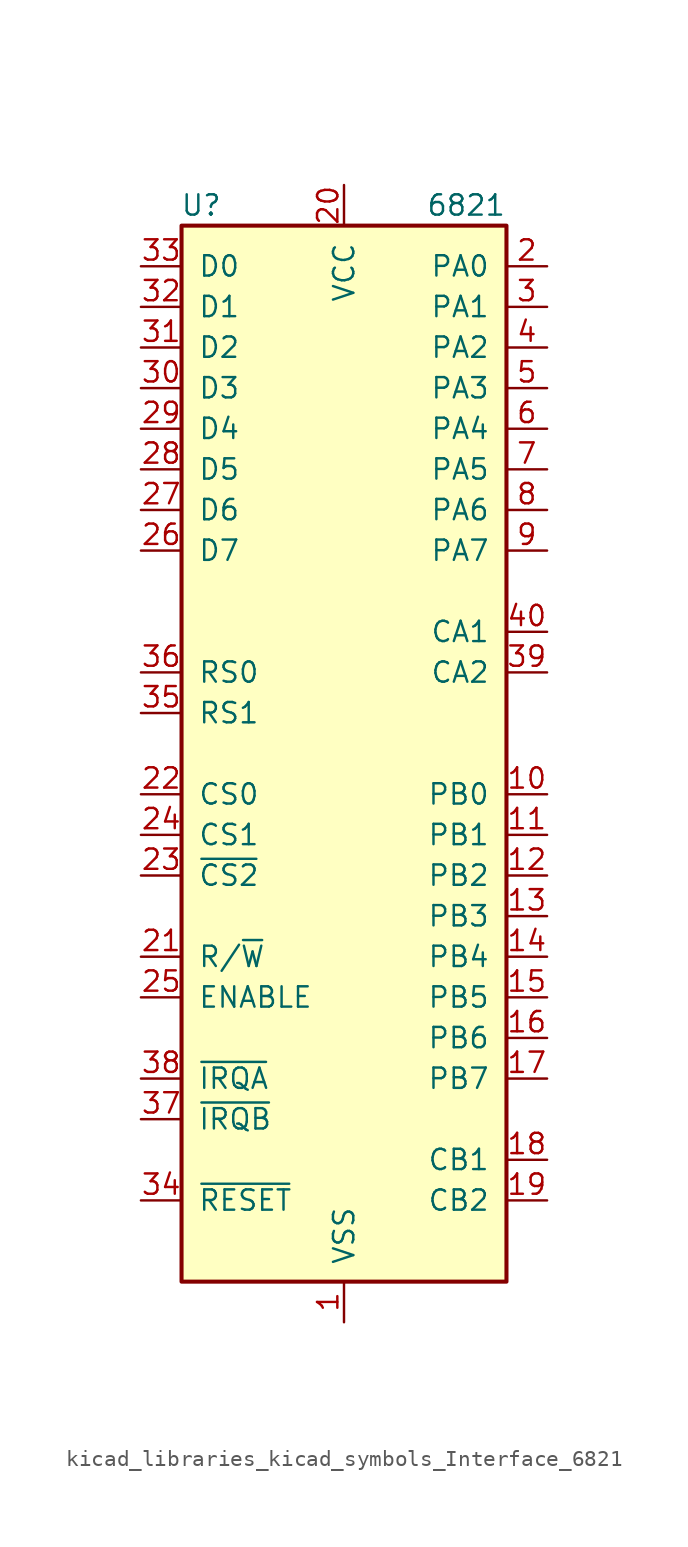
<source format=kicad_sym>
(kicad_symbol_lib
  (version 20220914)
  (generator kicad_symbol_editor)
  (symbol "kicad_libraries_kicad_symbols_Interface_6821"
    (pin_names
      (offset 1.016))
    (property "Reference" "U"
      (at -7.62 34.29 0)
      (effects (font (size 1.27 1.27)) (justify right)))
    (property "Value" "6821"
      (at 10.16 34.29 0)
      (effects (font (size 1.27 1.27)) (justify right)))
    (symbol "kicad_libraries_kicad_symbols_Interface_6821_0_1"
      (rectangle (start -10.16 -33.02) (end 10.16 33.02) (stroke (width 0.254) (type default)) (fill (type background))))
    (symbol "kicad_libraries_kicad_symbols_Interface_6821_1_1"
      (pin power_in line (at 0 -35.56 90) (length 2.54) (name "VSS" (effects (font (size 1.27 1.27)))) (number "1" (effects (font (size 1.27 1.27)))))
      (pin bidirectional line (at 12.7 -2.54 180) (length 2.54) (name "PB0" (effects (font (size 1.27 1.27)))) (number "10" (effects (font (size 1.27 1.27)))))
      (pin bidirectional line (at 12.7 -5.08 180) (length 2.54) (name "PB1" (effects (font (size 1.27 1.27)))) (number "11" (effects (font (size 1.27 1.27)))))
      (pin bidirectional line (at 12.7 -7.62 180) (length 2.54) (name "PB2" (effects (font (size 1.27 1.27)))) (number "12" (effects (font (size 1.27 1.27)))))
      (pin bidirectional line (at 12.7 -10.16 180) (length 2.54) (name "PB3" (effects (font (size 1.27 1.27)))) (number "13" (effects (font (size 1.27 1.27)))))
      (pin bidirectional line (at 12.7 -12.7 180) (length 2.54) (name "PB4" (effects (font (size 1.27 1.27)))) (number "14" (effects (font (size 1.27 1.27)))))
      (pin bidirectional line (at 12.7 -15.24 180) (length 2.54) (name "PB5" (effects (font (size 1.27 1.27)))) (number "15" (effects (font (size 1.27 1.27)))))
      (pin bidirectional line (at 12.7 -17.78 180) (length 2.54) (name "PB6" (effects (font (size 1.27 1.27)))) (number "16" (effects (font (size 1.27 1.27)))))
      (pin bidirectional line (at 12.7 -20.32 180) (length 2.54) (name "PB7" (effects (font (size 1.27 1.27)))) (number "17" (effects (font (size 1.27 1.27)))))
      (pin input line (at 12.7 -25.4 180) (length 2.54) (name "CB1" (effects (font (size 1.27 1.27)))) (number "18" (effects (font (size 1.27 1.27)))))
      (pin bidirectional line (at 12.7 -27.94 180) (length 2.54) (name "CB2" (effects (font (size 1.27 1.27)))) (number "19" (effects (font (size 1.27 1.27)))))
      (pin bidirectional line (at 12.7 30.48 180) (length 2.54) (name "PA0" (effects (font (size 1.27 1.27)))) (number "2" (effects (font (size 1.27 1.27)))))
      (pin power_in line (at 0 35.56 270) (length 2.54) (name "VCC" (effects (font (size 1.27 1.27)))) (number "20" (effects (font (size 1.27 1.27)))))
      (pin input line (at -12.7 -12.7 0) (length 2.54) (name "R/~{W}" (effects (font (size 1.27 1.27)))) (number "21" (effects (font (size 1.27 1.27)))))
      (pin input line (at -12.7 -2.54 0) (length 2.54) (name "CS0" (effects (font (size 1.27 1.27)))) (number "22" (effects (font (size 1.27 1.27)))))
      (pin input line (at -12.7 -7.62 0) (length 2.54) (name "~{CS2}" (effects (font (size 1.27 1.27)))) (number "23" (effects (font (size 1.27 1.27)))))
      (pin input line (at -12.7 -5.08 0) (length 2.54) (name "CS1" (effects (font (size 1.27 1.27)))) (number "24" (effects (font (size 1.27 1.27)))))
      (pin input line (at -12.7 -15.24 0) (length 2.54) (name "ENABLE" (effects (font (size 1.27 1.27)))) (number "25" (effects (font (size 1.27 1.27)))))
      (pin bidirectional line (at -12.7 12.7 0) (length 2.54) (name "D7" (effects (font (size 1.27 1.27)))) (number "26" (effects (font (size 1.27 1.27)))))
      (pin bidirectional line (at -12.7 15.24 0) (length 2.54) (name "D6" (effects (font (size 1.27 1.27)))) (number "27" (effects (font (size 1.27 1.27)))))
      (pin bidirectional line (at -12.7 17.78 0) (length 2.54) (name "D5" (effects (font (size 1.27 1.27)))) (number "28" (effects (font (size 1.27 1.27)))))
      (pin bidirectional line (at -12.7 20.32 0) (length 2.54) (name "D4" (effects (font (size 1.27 1.27)))) (number "29" (effects (font (size 1.27 1.27)))))
      (pin bidirectional line (at 12.7 27.94 180) (length 2.54) (name "PA1" (effects (font (size 1.27 1.27)))) (number "3" (effects (font (size 1.27 1.27)))))
      (pin bidirectional line (at -12.7 22.86 0) (length 2.54) (name "D3" (effects (font (size 1.27 1.27)))) (number "30" (effects (font (size 1.27 1.27)))))
      (pin bidirectional line (at -12.7 25.4 0) (length 2.54) (name "D2" (effects (font (size 1.27 1.27)))) (number "31" (effects (font (size 1.27 1.27)))))
      (pin bidirectional line (at -12.7 27.94 0) (length 2.54) (name "D1" (effects (font (size 1.27 1.27)))) (number "32" (effects (font (size 1.27 1.27)))))
      (pin bidirectional line (at -12.7 30.48 0) (length 2.54) (name "D0" (effects (font (size 1.27 1.27)))) (number "33" (effects (font (size 1.27 1.27)))))
      (pin input line (at -12.7 -27.94 0) (length 2.54) (name "~{RESET}" (effects (font (size 1.27 1.27)))) (number "34" (effects (font (size 1.27 1.27)))))
      (pin input line (at -12.7 2.54 0) (length 2.54) (name "RS1" (effects (font (size 1.27 1.27)))) (number "35" (effects (font (size 1.27 1.27)))))
      (pin input line (at -12.7 5.08 0) (length 2.54) (name "RS0" (effects (font (size 1.27 1.27)))) (number "36" (effects (font (size 1.27 1.27)))))
      (pin open_collector line (at -12.7 -22.86 0) (length 2.54) (name "~{IRQB}" (effects (font (size 1.27 1.27)))) (number "37" (effects (font (size 1.27 1.27)))))
      (pin open_collector line (at -12.7 -20.32 0) (length 2.54) (name "~{IRQA}" (effects (font (size 1.27 1.27)))) (number "38" (effects (font (size 1.27 1.27)))))
      (pin bidirectional line (at 12.7 5.08 180) (length 2.54) (name "CA2" (effects (font (size 1.27 1.27)))) (number "39" (effects (font (size 1.27 1.27)))))
      (pin bidirectional line (at 12.7 25.4 180) (length 2.54) (name "PA2" (effects (font (size 1.27 1.27)))) (number "4" (effects (font (size 1.27 1.27)))))
      (pin input line (at 12.7 7.62 180) (length 2.54) (name "CA1" (effects (font (size 1.27 1.27)))) (number "40" (effects (font (size 1.27 1.27)))))
      (pin bidirectional line (at 12.7 22.86 180) (length 2.54) (name "PA3" (effects (font (size 1.27 1.27)))) (number "5" (effects (font (size 1.27 1.27)))))
      (pin bidirectional line (at 12.7 20.32 180) (length 2.54) (name "PA4" (effects (font (size 1.27 1.27)))) (number "6" (effects (font (size 1.27 1.27)))))
      (pin bidirectional line (at 12.7 17.78 180) (length 2.54) (name "PA5" (effects (font (size 1.27 1.27)))) (number "7" (effects (font (size 1.27 1.27)))))
      (pin bidirectional line (at 12.7 15.24 180) (length 2.54) (name "PA6" (effects (font (size 1.27 1.27)))) (number "8" (effects (font (size 1.27 1.27)))))
      (pin bidirectional line (at 12.7 12.7 180) (length 2.54) (name "PA7" (effects (font (size 1.27 1.27)))) (number "9" (effects (font (size 1.27 1.27))))))))
</source>
